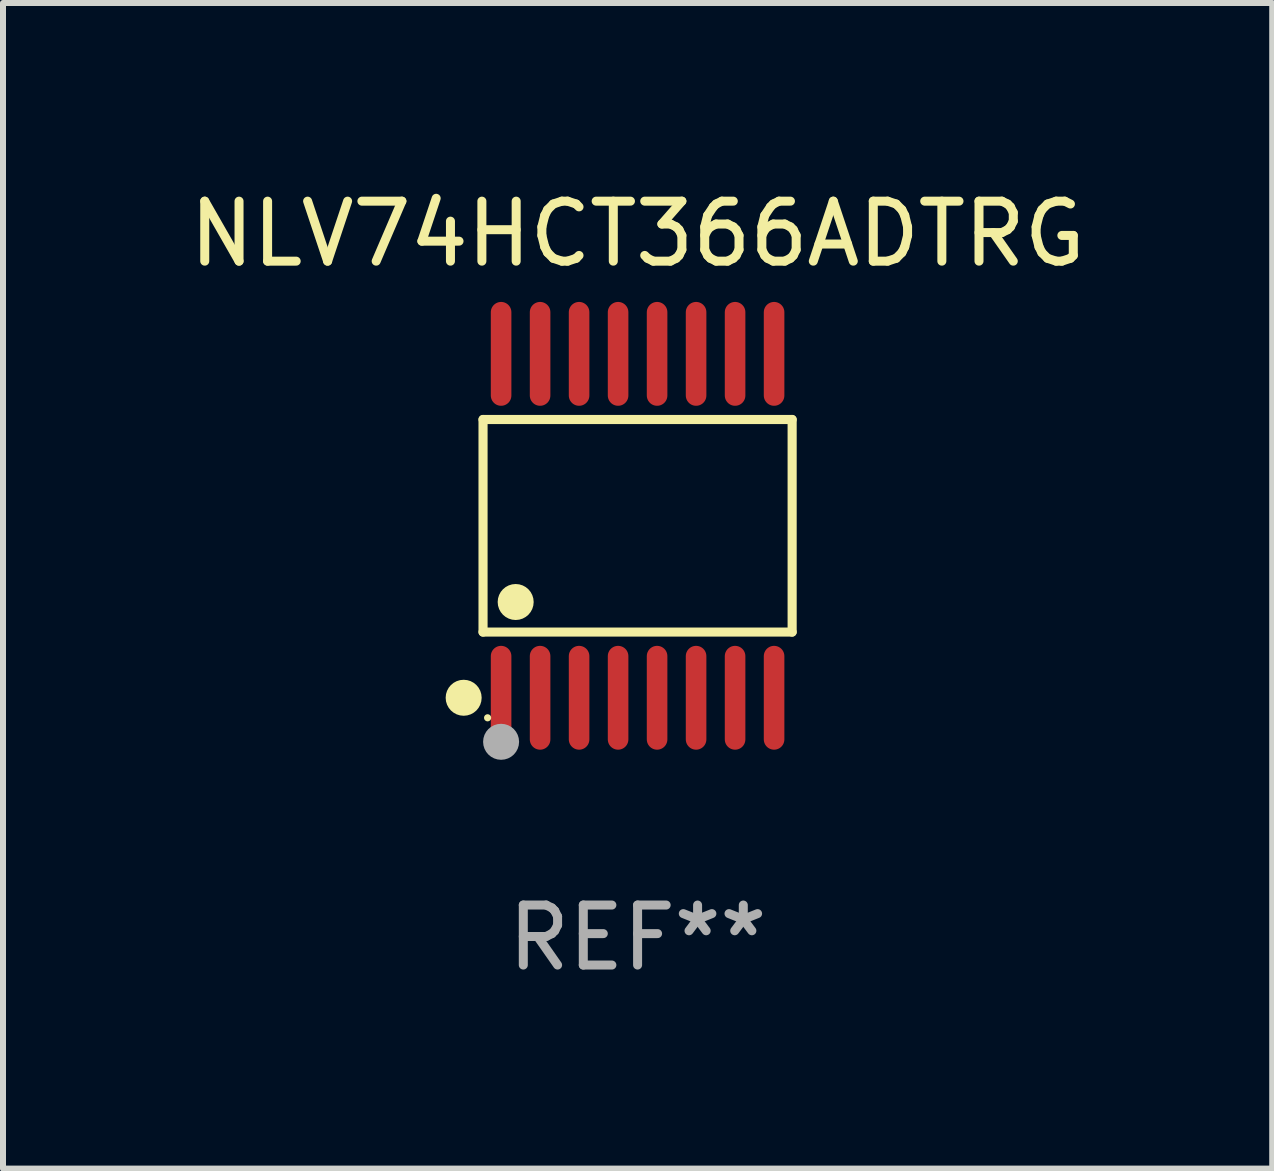
<source format=kicad_pcb>
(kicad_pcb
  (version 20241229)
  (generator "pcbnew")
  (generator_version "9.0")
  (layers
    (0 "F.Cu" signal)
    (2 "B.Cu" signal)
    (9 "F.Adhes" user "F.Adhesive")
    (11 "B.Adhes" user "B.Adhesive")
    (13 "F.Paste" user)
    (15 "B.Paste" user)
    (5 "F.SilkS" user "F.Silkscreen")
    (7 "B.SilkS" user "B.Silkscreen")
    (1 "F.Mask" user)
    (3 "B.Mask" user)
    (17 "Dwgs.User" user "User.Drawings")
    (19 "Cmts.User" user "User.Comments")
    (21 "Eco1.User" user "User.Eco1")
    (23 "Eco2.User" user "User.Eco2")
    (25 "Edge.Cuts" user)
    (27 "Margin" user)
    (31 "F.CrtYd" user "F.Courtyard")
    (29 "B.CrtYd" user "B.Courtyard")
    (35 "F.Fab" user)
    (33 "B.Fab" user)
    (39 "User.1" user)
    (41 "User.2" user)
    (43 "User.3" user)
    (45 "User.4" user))
  (footprint "NLV74HCT366ADTRG"
    (layer "F.Cu")
    (at 7.577 5.714)
    (property "Reference" "NLV74HCT366ADTRG" (at 0 -4.866 0) (layer "F.SilkS") (effects (font (size 1 1) (thickness 0.15))))
    (attr through_hole)
    (fp_line (start -2.576 -1.772) (end 2.576 -1.772) (stroke (width 0.152) (type solid)) (layer "F.SilkS"))
    (fp_line (start -2.576 1.771) (end -2.576 -1.772) (stroke (width 0.152) (type solid)) (layer "F.SilkS"))
    (fp_line (start 2.576 -1.772) (end 2.576 1.771) (stroke (width 0.152) (type solid)) (layer "F.SilkS"))
    (fp_line (start 2.576 1.771) (end -2.576 1.771) (stroke (width 0.152) (type solid)) (layer "F.SilkS"))
    (fp_circle (center -2.899 2.866) (end -2.749 2.866) (stroke (width 0.3) (type solid)) (fill no) (layer "F.SilkS"))
    (fp_circle (center -2.5 3.2) (end -2.47 3.2) (stroke (width 0.06) (type solid)) (fill no) (layer "F.SilkS"))
    (fp_circle (center -2.032 1.27) (end -1.882 1.27) (stroke (width 0.3) (type solid)) (fill no) (layer "F.SilkS"))
    (fp_circle (center -2.275 3.6) (end -2.125 3.6) (stroke (width 0.3) (type solid)) (fill no) (layer "F.Fab"))
    (fp_text user "REF**" (at 0 6.866 0) (layer "F.Fab") (effects (font (size 1 1) (thickness 0.15))))
    (pad "1" smd oval (at -2.275 2.866) (size 0.343 1.731) (layers "F.Cu" "F.Mask" "F.Paste"))
    (pad "2" smd oval (at -1.625 2.866) (size 0.343 1.731) (layers "F.Cu" "F.Mask" "F.Paste"))
    (pad "3" smd oval (at -0.975 2.866) (size 0.343 1.731) (layers "F.Cu" "F.Mask" "F.Paste"))
    (pad "4" smd oval (at -0.325 2.866) (size 0.343 1.731) (layers "F.Cu" "F.Mask" "F.Paste"))
    (pad "5" smd oval (at 0.325 2.866) (size 0.343 1.731) (layers "F.Cu" "F.Mask" "F.Paste"))
    (pad "6" smd oval (at 0.975 2.866) (size 0.343 1.731) (layers "F.Cu" "F.Mask" "F.Paste"))
    (pad "7" smd oval (at 1.625 2.866) (size 0.343 1.731) (layers "F.Cu" "F.Mask" "F.Paste"))
    (pad "8" smd oval (at 2.275 2.866) (size 0.343 1.731) (layers "F.Cu" "F.Mask" "F.Paste"))
    (pad "9" smd oval (at 2.275 -2.866) (size 0.343 1.731) (layers "F.Cu" "F.Mask" "F.Paste"))
    (pad "10" smd oval (at 1.625 -2.866) (size 0.343 1.731) (layers "F.Cu" "F.Mask" "F.Paste"))
    (pad "11" smd oval (at 0.975 -2.866) (size 0.343 1.731) (layers "F.Cu" "F.Mask" "F.Paste"))
    (pad "12" smd oval (at 0.325 -2.866) (size 0.343 1.731) (layers "F.Cu" "F.Mask" "F.Paste"))
    (pad "13" smd oval (at -0.325 -2.866) (size 0.343 1.731) (layers "F.Cu" "F.Mask" "F.Paste"))
    (pad "14" smd oval (at -0.975 -2.866) (size 0.343 1.731) (layers "F.Cu" "F.Mask" "F.Paste"))
    (pad "15" smd oval (at -1.625 -2.866) (size 0.343 1.731) (layers "F.Cu" "F.Mask" "F.Paste"))
    (pad "16" smd oval (at -2.275 -2.866) (size 0.343 1.731) (layers "F.Cu" "F.Mask" "F.Paste")))
  (gr_rect
    (start -3 -3)
    (end 18.155 16.428)
    (stroke (width 0.1) (type default))
    (fill no)
    (layer "Edge.Cuts")))
</source>
